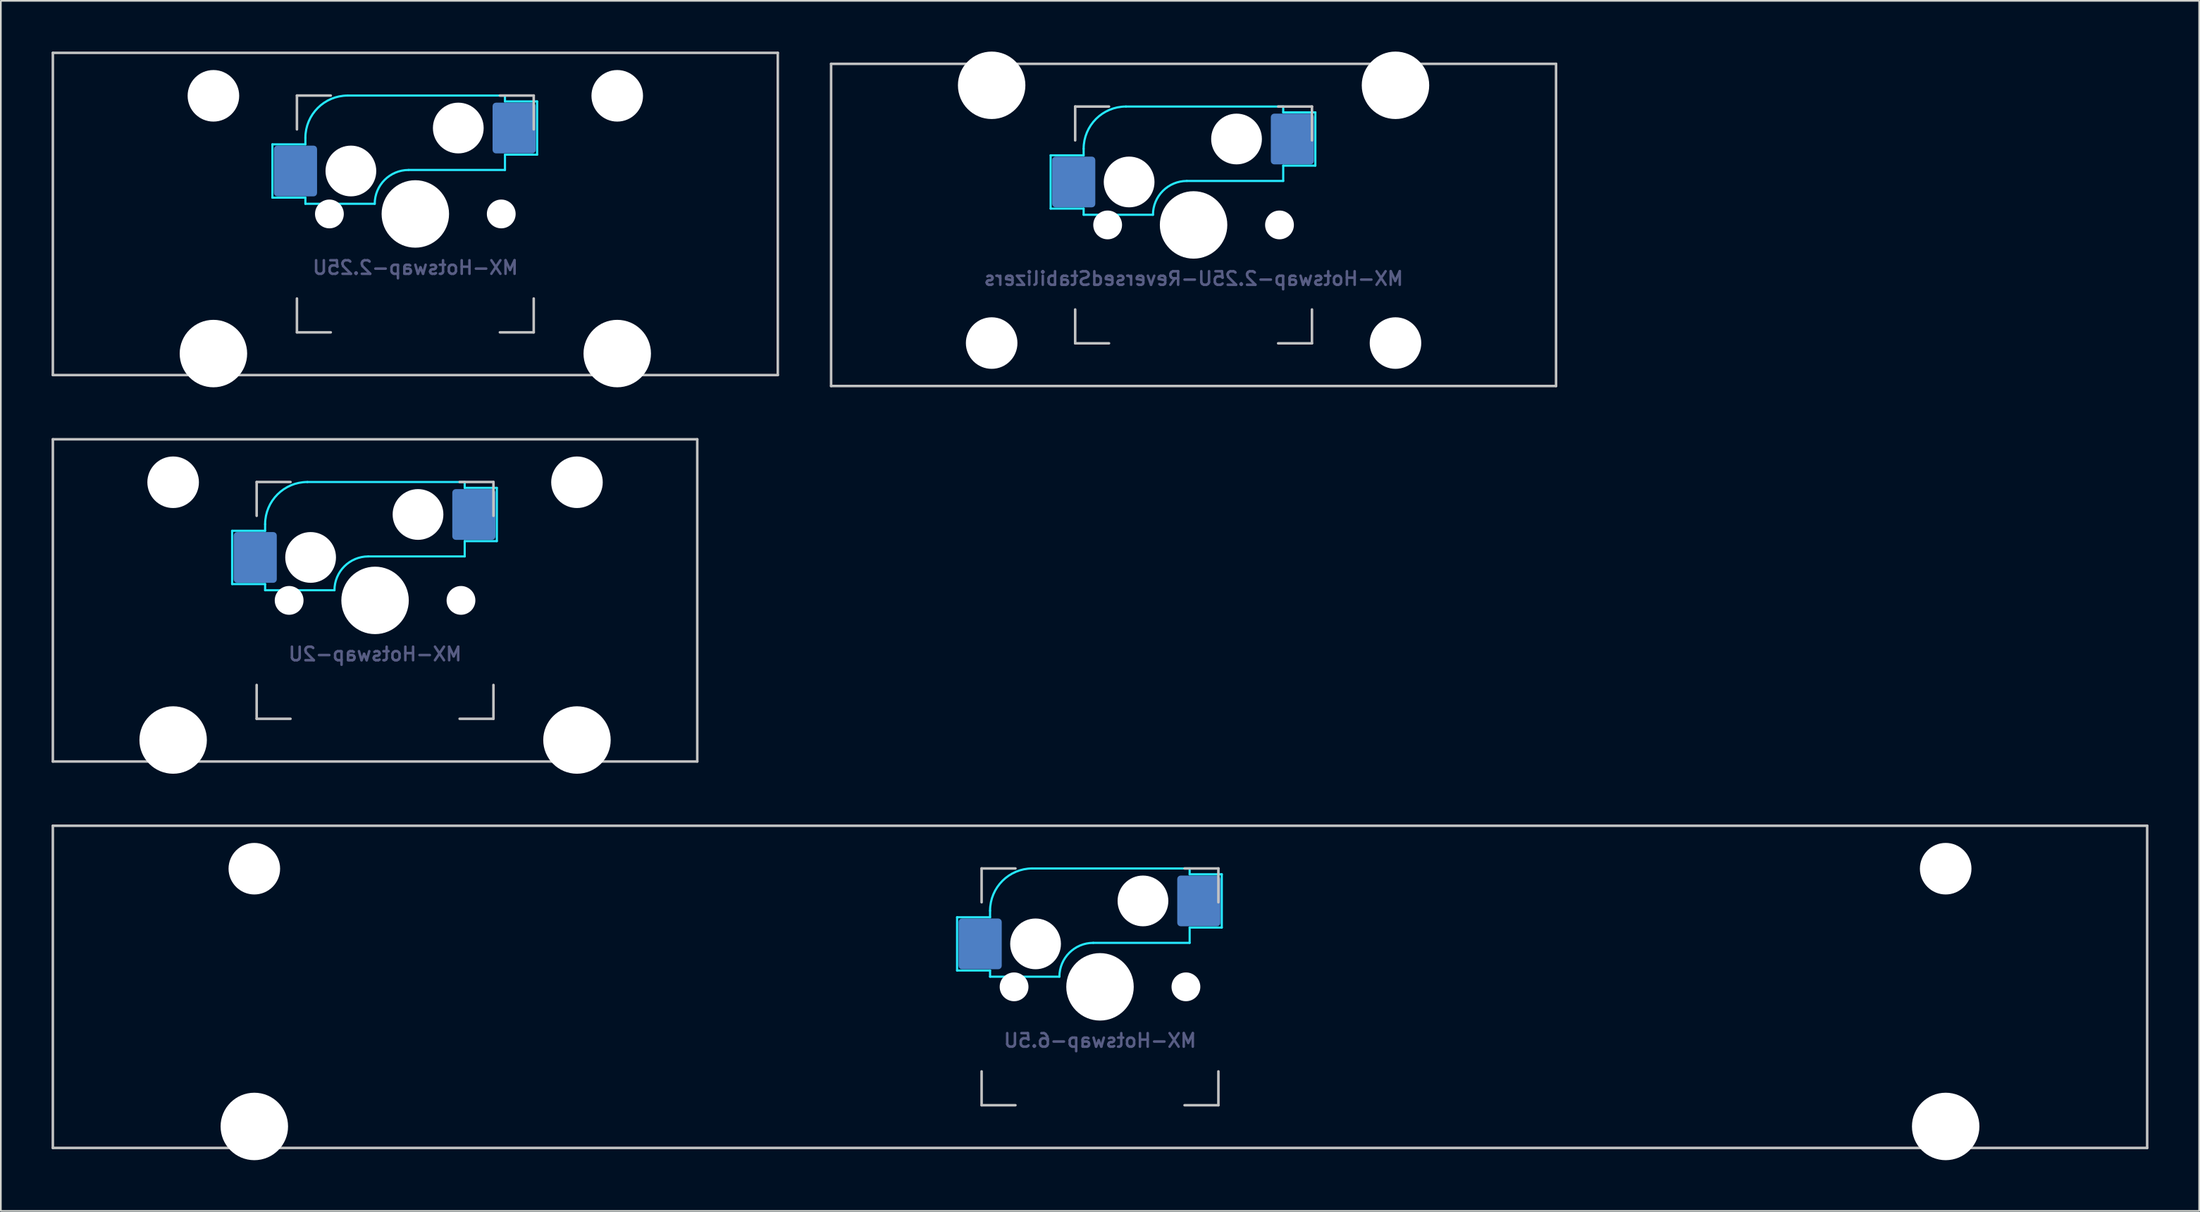
<source format=kicad_pcb>
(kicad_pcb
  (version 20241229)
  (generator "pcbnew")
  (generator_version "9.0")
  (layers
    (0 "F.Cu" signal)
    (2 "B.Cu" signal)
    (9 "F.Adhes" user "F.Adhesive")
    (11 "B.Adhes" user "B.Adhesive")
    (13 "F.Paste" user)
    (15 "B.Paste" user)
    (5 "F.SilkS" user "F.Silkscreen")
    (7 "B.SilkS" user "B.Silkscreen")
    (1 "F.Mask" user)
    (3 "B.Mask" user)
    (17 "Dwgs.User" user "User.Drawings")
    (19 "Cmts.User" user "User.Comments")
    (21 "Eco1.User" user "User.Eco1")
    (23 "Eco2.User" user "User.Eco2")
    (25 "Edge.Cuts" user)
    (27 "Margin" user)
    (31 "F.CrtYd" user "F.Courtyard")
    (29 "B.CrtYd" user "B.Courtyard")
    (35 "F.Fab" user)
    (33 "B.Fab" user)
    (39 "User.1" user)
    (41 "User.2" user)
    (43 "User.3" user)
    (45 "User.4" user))
  (footprint "MX-Hotswap-2.25U-ReversedStabilizers"
    (layer "F.Cu")
    (at 67.519 10.249)
    (property "Reference" "MX-Hotswap-2.25U-ReversedStabilizers" (at 0 3.175 0) (layer "B.Fab") (effects (font (size 0.8 0.8) (thickness 0.15)) (justify mirror)))
    (attr smd)
    (fp_line (start -21.431 9.525) (end -21.431 -9.525) (stroke (width 0.15) (type solid)) (layer "Dwgs.User"))
    (fp_line (start -7 -7) (end -7 -5) (stroke (width 0.15) (type solid)) (layer "Dwgs.User"))
    (fp_line (start -7 5) (end -7 7) (stroke (width 0.15) (type solid)) (layer "Dwgs.User"))
    (fp_line (start -7 7) (end -5 7) (stroke (width 0.15) (type solid)) (layer "Dwgs.User"))
    (fp_line (start -5 -7) (end -7 -7) (stroke (width 0.15) (type solid)) (layer "Dwgs.User"))
    (fp_line (start 5 -7) (end 7 -7) (stroke (width 0.15) (type solid)) (layer "Dwgs.User"))
    (fp_line (start 5 7) (end 7 7) (stroke (width 0.15) (type solid)) (layer "Dwgs.User"))
    (fp_line (start 7 -7) (end 7 -5) (stroke (width 0.15) (type solid)) (layer "Dwgs.User"))
    (fp_line (start 7 7) (end 7 5) (stroke (width 0.15) (type solid)) (layer "Dwgs.User"))
    (fp_line (start 21.431 -9.525) (end -21.431 -9.525) (stroke (width 0.15) (type solid)) (layer "Dwgs.User"))
    (fp_line (start 21.431 9.525) (end -21.431 9.525) (stroke (width 0.15) (type solid)) (layer "Dwgs.User"))
    (fp_line (start 21.431 9.525) (end 21.431 -9.525) (stroke (width 0.15) (type solid)) (layer "Dwgs.User"))
    (fp_line (start -8.45 -4.115) (end -8.45 -0.965) (stroke (width 0.127) (type solid)) (layer "B.CrtYd"))
    (fp_line (start -8.45 -0.965) (end -6.5 -0.965) (stroke (width 0.127) (type solid)) (layer "B.CrtYd"))
    (fp_line (start -6.5 -4.5) (end -6.5 -4.115) (stroke (width 0.127) (type solid)) (layer "B.CrtYd"))
    (fp_line (start -6.5 -4.115) (end -8.45 -4.115) (stroke (width 0.127) (type solid)) (layer "B.CrtYd"))
    (fp_line (start -6.5 -0.6) (end -6.5 -0.965) (stroke (width 0.127) (type solid)) (layer "B.CrtYd"))
    (fp_line (start -6.5 -0.6) (end -2.4 -0.6) (stroke (width 0.127) (type solid)) (layer "B.CrtYd"))
    (fp_line (start -0.4 -2.6) (end 5.3 -2.6) (stroke (width 0.127) (type solid)) (layer "B.CrtYd"))
    (fp_line (start 5.3 -7) (end -4 -7) (stroke (width 0.127) (type solid)) (layer "B.CrtYd"))
    (fp_line (start 5.3 -7) (end 5.3 -6.655) (stroke (width 0.127) (type solid)) (layer "B.CrtYd"))
    (fp_line (start 5.3 -6.655) (end 7.2 -6.655) (stroke (width 0.127) (type solid)) (layer "B.CrtYd"))
    (fp_line (start 5.3 -2.6) (end 5.3 -3.505) (stroke (width 0.127) (type solid)) (layer "B.CrtYd"))
    (fp_line (start 7.2 -6.655) (end 7.2 -3.505) (stroke (width 0.127) (type solid)) (layer "B.CrtYd"))
    (fp_line (start 7.2 -3.505) (end 5.3 -3.505) (stroke (width 0.127) (type solid)) (layer "B.CrtYd"))
    (fp_arc (start -6.5 -4.5) (mid -5.767767 -6.267767) (end -4 -7) (stroke (width 0.127) (type solid)) (layer "B.CrtYd"))
    (fp_arc (start -2.4 -0.6) (mid -1.814214 -2.014214) (end -0.4 -2.6) (stroke (width 0.127) (type solid)) (layer "B.CrtYd"))
    (pad "" np_thru_hole circle (at -11.938 -8.255) (size 3.988 3.988) (drill 3.988) (layers "*.Cu" "*.Mask"))
    (pad "" np_thru_hole circle (at -11.938 6.985) (size 3.048 3.048) (drill 3.048) (layers "*.Cu" "*.Mask"))
    (pad "" np_thru_hole circle (at -5.08 0 48.099) (size 1.702 1.702) (drill 1.702) (layers "*.Cu" "*.Mask"))
    (pad "" np_thru_hole circle (at -3.81 -2.54) (size 3 3) (drill 3) (layers "*.Cu" "*.Mask"))
    (pad "" np_thru_hole circle (at 0 0) (size 3.988 3.988) (drill 3.988) (layers "*.Cu" "*.Mask"))
    (pad "" np_thru_hole circle (at 2.54 -5.08) (size 3 3) (drill 3) (layers "*.Cu" "*.Mask"))
    (pad "" np_thru_hole circle (at 5.08 0 48.099) (size 1.702 1.702) (drill 1.702) (layers "*.Cu" "*.Mask"))
    (pad "" np_thru_hole circle (at 11.938 -8.255) (size 3.988 3.988) (drill 3.988) (layers "*.Cu" "*.Mask"))
    (pad "" np_thru_hole circle (at 11.938 6.985) (size 3.048 3.048) (drill 3.048) (layers "*.Cu" "*.Mask"))
    (pad "1" smd roundrect (at -7.085 -2.54 90) (size 3 2.55) (layers "B.Cu" "B.Mask" "B.Paste") (roundrect_rratio 0.08))
    (pad "2" smd roundrect (at 5.842 -5.08 90) (size 3 2.55) (layers "B.Cu" "B.Mask" "B.Paste") (roundrect_rratio 0.08)))
  (footprint "MX-Hotswap-2U"
    (layer "F.Cu")
    (at 19.125 32.449)
    (property "Reference" "MX-Hotswap-2U" (at 0 3.175 0) (layer "B.Fab") (effects (font (size 0.8 0.8) (thickness 0.15)) (justify mirror)))
    (attr smd)
    (fp_line (start -19.05 9.525) (end -19.05 -9.525) (stroke (width 0.15) (type solid)) (layer "Dwgs.User"))
    (fp_line (start -7 -7) (end -7 -5) (stroke (width 0.15) (type solid)) (layer "Dwgs.User"))
    (fp_line (start -7 5) (end -7 7) (stroke (width 0.15) (type solid)) (layer "Dwgs.User"))
    (fp_line (start -7 7) (end -5 7) (stroke (width 0.15) (type solid)) (layer "Dwgs.User"))
    (fp_line (start -5 -7) (end -7 -7) (stroke (width 0.15) (type solid)) (layer "Dwgs.User"))
    (fp_line (start 5 -7) (end 7 -7) (stroke (width 0.15) (type solid)) (layer "Dwgs.User"))
    (fp_line (start 5 7) (end 7 7) (stroke (width 0.15) (type solid)) (layer "Dwgs.User"))
    (fp_line (start 7 -7) (end 7 -5) (stroke (width 0.15) (type solid)) (layer "Dwgs.User"))
    (fp_line (start 7 7) (end 7 5) (stroke (width 0.15) (type solid)) (layer "Dwgs.User"))
    (fp_line (start 19.05 -9.525) (end -19.05 -9.525) (stroke (width 0.15) (type solid)) (layer "Dwgs.User"))
    (fp_line (start 19.05 9.525) (end -19.05 9.525) (stroke (width 0.15) (type solid)) (layer "Dwgs.User"))
    (fp_line (start 19.05 9.525) (end 19.05 -9.525) (stroke (width 0.15) (type solid)) (layer "Dwgs.User"))
    (fp_line (start -8.45 -4.115) (end -8.45 -0.965) (stroke (width 0.127) (type solid)) (layer "B.CrtYd"))
    (fp_line (start -8.45 -0.965) (end -6.5 -0.965) (stroke (width 0.127) (type solid)) (layer "B.CrtYd"))
    (fp_line (start -6.5 -4.5) (end -6.5 -4.115) (stroke (width 0.127) (type solid)) (layer "B.CrtYd"))
    (fp_line (start -6.5 -4.115) (end -8.45 -4.115) (stroke (width 0.127) (type solid)) (layer "B.CrtYd"))
    (fp_line (start -6.5 -0.6) (end -6.5 -0.965) (stroke (width 0.127) (type solid)) (layer "B.CrtYd"))
    (fp_line (start -6.5 -0.6) (end -2.4 -0.6) (stroke (width 0.127) (type solid)) (layer "B.CrtYd"))
    (fp_line (start -0.4 -2.6) (end 5.3 -2.6) (stroke (width 0.127) (type solid)) (layer "B.CrtYd"))
    (fp_line (start 5.3 -7) (end -4 -7) (stroke (width 0.127) (type solid)) (layer "B.CrtYd"))
    (fp_line (start 5.3 -7) (end 5.3 -6.655) (stroke (width 0.127) (type solid)) (layer "B.CrtYd"))
    (fp_line (start 5.3 -6.655) (end 7.2 -6.655) (stroke (width 0.127) (type solid)) (layer "B.CrtYd"))
    (fp_line (start 5.3 -2.6) (end 5.3 -3.505) (stroke (width 0.127) (type solid)) (layer "B.CrtYd"))
    (fp_line (start 7.2 -6.655) (end 7.2 -3.505) (stroke (width 0.127) (type solid)) (layer "B.CrtYd"))
    (fp_line (start 7.2 -3.505) (end 5.3 -3.505) (stroke (width 0.127) (type solid)) (layer "B.CrtYd"))
    (fp_arc (start -6.5 -4.5) (mid -5.767767 -6.267767) (end -4 -7) (stroke (width 0.127) (type solid)) (layer "B.CrtYd"))
    (fp_arc (start -2.4 -0.6) (mid -1.814214 -2.014214) (end -0.4 -2.6) (stroke (width 0.127) (type solid)) (layer "B.CrtYd"))
    (pad "" np_thru_hole circle (at -11.938 -6.985) (size 3.048 3.048) (drill 3.048) (layers "*.Cu" "*.Mask"))
    (pad "" np_thru_hole circle (at -11.938 8.255) (size 3.988 3.988) (drill 3.988) (layers "*.Cu" "*.Mask"))
    (pad "" np_thru_hole circle (at -5.08 0 48.099) (size 1.702 1.702) (drill 1.702) (layers "*.Cu" "*.Mask"))
    (pad "" np_thru_hole circle (at -3.81 -2.54) (size 3 3) (drill 3) (layers "*.Cu" "*.Mask"))
    (pad "" np_thru_hole circle (at 0 0) (size 3.988 3.988) (drill 3.988) (layers "*.Cu" "*.Mask"))
    (pad "" np_thru_hole circle (at 2.54 -5.08) (size 3 3) (drill 3) (layers "*.Cu" "*.Mask"))
    (pad "" np_thru_hole circle (at 5.08 0 48.099) (size 1.702 1.702) (drill 1.702) (layers "*.Cu" "*.Mask"))
    (pad "" np_thru_hole circle (at 11.938 -6.985) (size 3.048 3.048) (drill 3.048) (layers "*.Cu" "*.Mask"))
    (pad "" np_thru_hole circle (at 11.938 8.255) (size 3.988 3.988) (drill 3.988) (layers "*.Cu" "*.Mask"))
    (pad "1" smd roundrect (at -7.085 -2.54 90) (size 3 2.55) (layers "B.Cu" "B.Mask" "B.Paste") (roundrect_rratio 0.08))
    (pad "2" smd roundrect (at 5.842 -5.08 90) (size 3 2.55) (layers "B.Cu" "B.Mask" "B.Paste") (roundrect_rratio 0.08)))
  (footprint "MX-Hotswap-6.5U"
    (layer "F.Cu")
    (at 61.987 55.298)
    (property "Reference" "MX-Hotswap-6.5U" (at 0 3.175 0) (layer "B.Fab") (effects (font (size 0.8 0.8) (thickness 0.15)) (justify mirror)))
    (attr smd)
    (fp_line (start -61.913 9.525) (end -61.913 -9.525) (stroke (width 0.15) (type solid)) (layer "Dwgs.User"))
    (fp_line (start -7 -7) (end -7 -5) (stroke (width 0.15) (type solid)) (layer "Dwgs.User"))
    (fp_line (start -7 5) (end -7 7) (stroke (width 0.15) (type solid)) (layer "Dwgs.User"))
    (fp_line (start -7 7) (end -5 7) (stroke (width 0.15) (type solid)) (layer "Dwgs.User"))
    (fp_line (start -5 -7) (end -7 -7) (stroke (width 0.15) (type solid)) (layer "Dwgs.User"))
    (fp_line (start 5 -7) (end 7 -7) (stroke (width 0.15) (type solid)) (layer "Dwgs.User"))
    (fp_line (start 5 7) (end 7 7) (stroke (width 0.15) (type solid)) (layer "Dwgs.User"))
    (fp_line (start 7 -7) (end 7 -5) (stroke (width 0.15) (type solid)) (layer "Dwgs.User"))
    (fp_line (start 7 7) (end 7 5) (stroke (width 0.15) (type solid)) (layer "Dwgs.User"))
    (fp_line (start 61.913 -9.525) (end -61.913 -9.525) (stroke (width 0.15) (type solid)) (layer "Dwgs.User"))
    (fp_line (start 61.913 9.525) (end -61.913 9.525) (stroke (width 0.15) (type solid)) (layer "Dwgs.User"))
    (fp_line (start 61.913 9.525) (end 61.913 -9.525) (stroke (width 0.15) (type solid)) (layer "Dwgs.User"))
    (fp_line (start -8.45 -4.115) (end -8.45 -0.965) (stroke (width 0.127) (type solid)) (layer "B.CrtYd"))
    (fp_line (start -8.45 -0.965) (end -6.5 -0.965) (stroke (width 0.127) (type solid)) (layer "B.CrtYd"))
    (fp_line (start -6.5 -4.5) (end -6.5 -4.115) (stroke (width 0.127) (type solid)) (layer "B.CrtYd"))
    (fp_line (start -6.5 -4.115) (end -8.45 -4.115) (stroke (width 0.127) (type solid)) (layer "B.CrtYd"))
    (fp_line (start -6.5 -0.6) (end -6.5 -0.965) (stroke (width 0.127) (type solid)) (layer "B.CrtYd"))
    (fp_line (start -6.5 -0.6) (end -2.4 -0.6) (stroke (width 0.127) (type solid)) (layer "B.CrtYd"))
    (fp_line (start -0.4 -2.6) (end 5.3 -2.6) (stroke (width 0.127) (type solid)) (layer "B.CrtYd"))
    (fp_line (start 5.3 -7) (end -4 -7) (stroke (width 0.127) (type solid)) (layer "B.CrtYd"))
    (fp_line (start 5.3 -7) (end 5.3 -6.655) (stroke (width 0.127) (type solid)) (layer "B.CrtYd"))
    (fp_line (start 5.3 -6.655) (end 7.2 -6.655) (stroke (width 0.127) (type solid)) (layer "B.CrtYd"))
    (fp_line (start 5.3 -2.6) (end 5.3 -3.505) (stroke (width 0.127) (type solid)) (layer "B.CrtYd"))
    (fp_line (start 7.2 -6.655) (end 7.2 -3.505) (stroke (width 0.127) (type solid)) (layer "B.CrtYd"))
    (fp_line (start 7.2 -3.505) (end 5.3 -3.505) (stroke (width 0.127) (type solid)) (layer "B.CrtYd"))
    (fp_arc (start -6.5 -4.5) (mid -5.767767 -6.267767) (end -4 -7) (stroke (width 0.127) (type solid)) (layer "B.CrtYd"))
    (fp_arc (start -2.4 -0.6) (mid -1.814214 -2.014214) (end -0.4 -2.6) (stroke (width 0.127) (type solid)) (layer "B.CrtYd"))
    (pad "" np_thru_hole circle (at -50 -6.985) (size 3.048 3.048) (drill 3.048) (layers "*.Cu" "*.Mask"))
    (pad "" np_thru_hole circle (at -50 8.255) (size 3.988 3.988) (drill 3.988) (layers "*.Cu" "*.Mask"))
    (pad "" np_thru_hole circle (at -5.08 0 48.099) (size 1.702 1.702) (drill 1.702) (layers "*.Cu" "*.Mask"))
    (pad "" np_thru_hole circle (at -3.81 -2.54) (size 3 3) (drill 3) (layers "*.Cu" "*.Mask"))
    (pad "" np_thru_hole circle (at 0 0) (size 3.988 3.988) (drill 3.988) (layers "*.Cu" "*.Mask"))
    (pad "" np_thru_hole circle (at 2.54 -5.08) (size 3 3) (drill 3) (layers "*.Cu" "*.Mask"))
    (pad "" np_thru_hole circle (at 5.08 0 48.099) (size 1.702 1.702) (drill 1.702) (layers "*.Cu" "*.Mask"))
    (pad "" np_thru_hole circle (at 50 -6.985) (size 3.048 3.048) (drill 3.048) (layers "*.Cu" "*.Mask"))
    (pad "" np_thru_hole circle (at 50 8.255) (size 3.988 3.988) (drill 3.988) (layers "*.Cu" "*.Mask"))
    (pad "1" smd roundrect (at -7.085 -2.54 90) (size 3 2.55) (layers "B.Cu" "B.Mask" "B.Paste") (roundrect_rratio 0.08))
    (pad "2" smd roundrect (at 5.842 -5.08 90) (size 3 2.55) (layers "B.Cu" "B.Mask" "B.Paste") (roundrect_rratio 0.08)))
  (footprint "MX-Hotswap-2.25U"
    (layer "F.Cu")
    (at 21.506 9.6)
    (property "Reference" "MX-Hotswap-2.25U" (at 0 3.175 0) (layer "B.Fab") (effects (font (size 0.8 0.8) (thickness 0.15)) (justify mirror)))
    (attr smd)
    (fp_line (start -21.431 9.525) (end -21.431 -9.525) (stroke (width 0.15) (type solid)) (layer "Dwgs.User"))
    (fp_line (start -7 -7) (end -7 -5) (stroke (width 0.15) (type solid)) (layer "Dwgs.User"))
    (fp_line (start -7 5) (end -7 7) (stroke (width 0.15) (type solid)) (layer "Dwgs.User"))
    (fp_line (start -7 7) (end -5 7) (stroke (width 0.15) (type solid)) (layer "Dwgs.User"))
    (fp_line (start -5 -7) (end -7 -7) (stroke (width 0.15) (type solid)) (layer "Dwgs.User"))
    (fp_line (start 5 -7) (end 7 -7) (stroke (width 0.15) (type solid)) (layer "Dwgs.User"))
    (fp_line (start 5 7) (end 7 7) (stroke (width 0.15) (type solid)) (layer "Dwgs.User"))
    (fp_line (start 7 -7) (end 7 -5) (stroke (width 0.15) (type solid)) (layer "Dwgs.User"))
    (fp_line (start 7 7) (end 7 5) (stroke (width 0.15) (type solid)) (layer "Dwgs.User"))
    (fp_line (start 21.431 -9.525) (end -21.431 -9.525) (stroke (width 0.15) (type solid)) (layer "Dwgs.User"))
    (fp_line (start 21.431 9.525) (end -21.431 9.525) (stroke (width 0.15) (type solid)) (layer "Dwgs.User"))
    (fp_line (start 21.431 9.525) (end 21.431 -9.525) (stroke (width 0.15) (type solid)) (layer "Dwgs.User"))
    (fp_line (start -8.45 -4.115) (end -8.45 -0.965) (stroke (width 0.127) (type solid)) (layer "B.CrtYd"))
    (fp_line (start -8.45 -0.965) (end -6.5 -0.965) (stroke (width 0.127) (type solid)) (layer "B.CrtYd"))
    (fp_line (start -6.5 -4.5) (end -6.5 -4.115) (stroke (width 0.127) (type solid)) (layer "B.CrtYd"))
    (fp_line (start -6.5 -4.115) (end -8.45 -4.115) (stroke (width 0.127) (type solid)) (layer "B.CrtYd"))
    (fp_line (start -6.5 -0.6) (end -6.5 -0.965) (stroke (width 0.127) (type solid)) (layer "B.CrtYd"))
    (fp_line (start -6.5 -0.6) (end -2.4 -0.6) (stroke (width 0.127) (type solid)) (layer "B.CrtYd"))
    (fp_line (start -0.4 -2.6) (end 5.3 -2.6) (stroke (width 0.127) (type solid)) (layer "B.CrtYd"))
    (fp_line (start 5.3 -7) (end -4 -7) (stroke (width 0.127) (type solid)) (layer "B.CrtYd"))
    (fp_line (start 5.3 -7) (end 5.3 -6.655) (stroke (width 0.127) (type solid)) (layer "B.CrtYd"))
    (fp_line (start 5.3 -6.655) (end 7.2 -6.655) (stroke (width 0.127) (type solid)) (layer "B.CrtYd"))
    (fp_line (start 5.3 -2.6) (end 5.3 -3.505) (stroke (width 0.127) (type solid)) (layer "B.CrtYd"))
    (fp_line (start 7.2 -6.655) (end 7.2 -3.505) (stroke (width 0.127) (type solid)) (layer "B.CrtYd"))
    (fp_line (start 7.2 -3.505) (end 5.3 -3.505) (stroke (width 0.127) (type solid)) (layer "B.CrtYd"))
    (fp_arc (start -6.5 -4.5) (mid -5.767767 -6.267767) (end -4 -7) (stroke (width 0.127) (type solid)) (layer "B.CrtYd"))
    (fp_arc (start -2.4 -0.6) (mid -1.814214 -2.014214) (end -0.4 -2.6) (stroke (width 0.127) (type solid)) (layer "B.CrtYd"))
    (pad "" np_thru_hole circle (at -11.938 -6.985) (size 3.048 3.048) (drill 3.048) (layers "*.Cu" "*.Mask"))
    (pad "" np_thru_hole circle (at -11.938 8.255) (size 3.988 3.988) (drill 3.988) (layers "*.Cu" "*.Mask"))
    (pad "" np_thru_hole circle (at -5.08 0 48.099) (size 1.702 1.702) (drill 1.702) (layers "*.Cu" "*.Mask"))
    (pad "" np_thru_hole circle (at -3.81 -2.54) (size 3 3) (drill 3) (layers "*.Cu" "*.Mask"))
    (pad "" np_thru_hole circle (at 0 0) (size 3.988 3.988) (drill 3.988) (layers "*.Cu" "*.Mask"))
    (pad "" np_thru_hole circle (at 2.54 -5.08) (size 3 3) (drill 3) (layers "*.Cu" "*.Mask"))
    (pad "" np_thru_hole circle (at 5.08 0 48.099) (size 1.702 1.702) (drill 1.702) (layers "*.Cu" "*.Mask"))
    (pad "" np_thru_hole circle (at 11.938 -6.985) (size 3.048 3.048) (drill 3.048) (layers "*.Cu" "*.Mask"))
    (pad "" np_thru_hole circle (at 11.938 8.255) (size 3.988 3.988) (drill 3.988) (layers "*.Cu" "*.Mask"))
    (pad "1" smd roundrect (at -7.085 -2.54 90) (size 3 2.55) (layers "B.Cu" "B.Mask" "B.Paste") (roundrect_rratio 0.08))
    (pad "2" smd roundrect (at 5.842 -5.08 90) (size 3 2.55) (layers "B.Cu" "B.Mask" "B.Paste") (roundrect_rratio 0.08)))
  (gr_rect
    (start -3 -3)
    (end 126.975 68.547)
    (stroke (width 0.1) (type default))
    (fill no)
    (layer "Edge.Cuts")))
</source>
